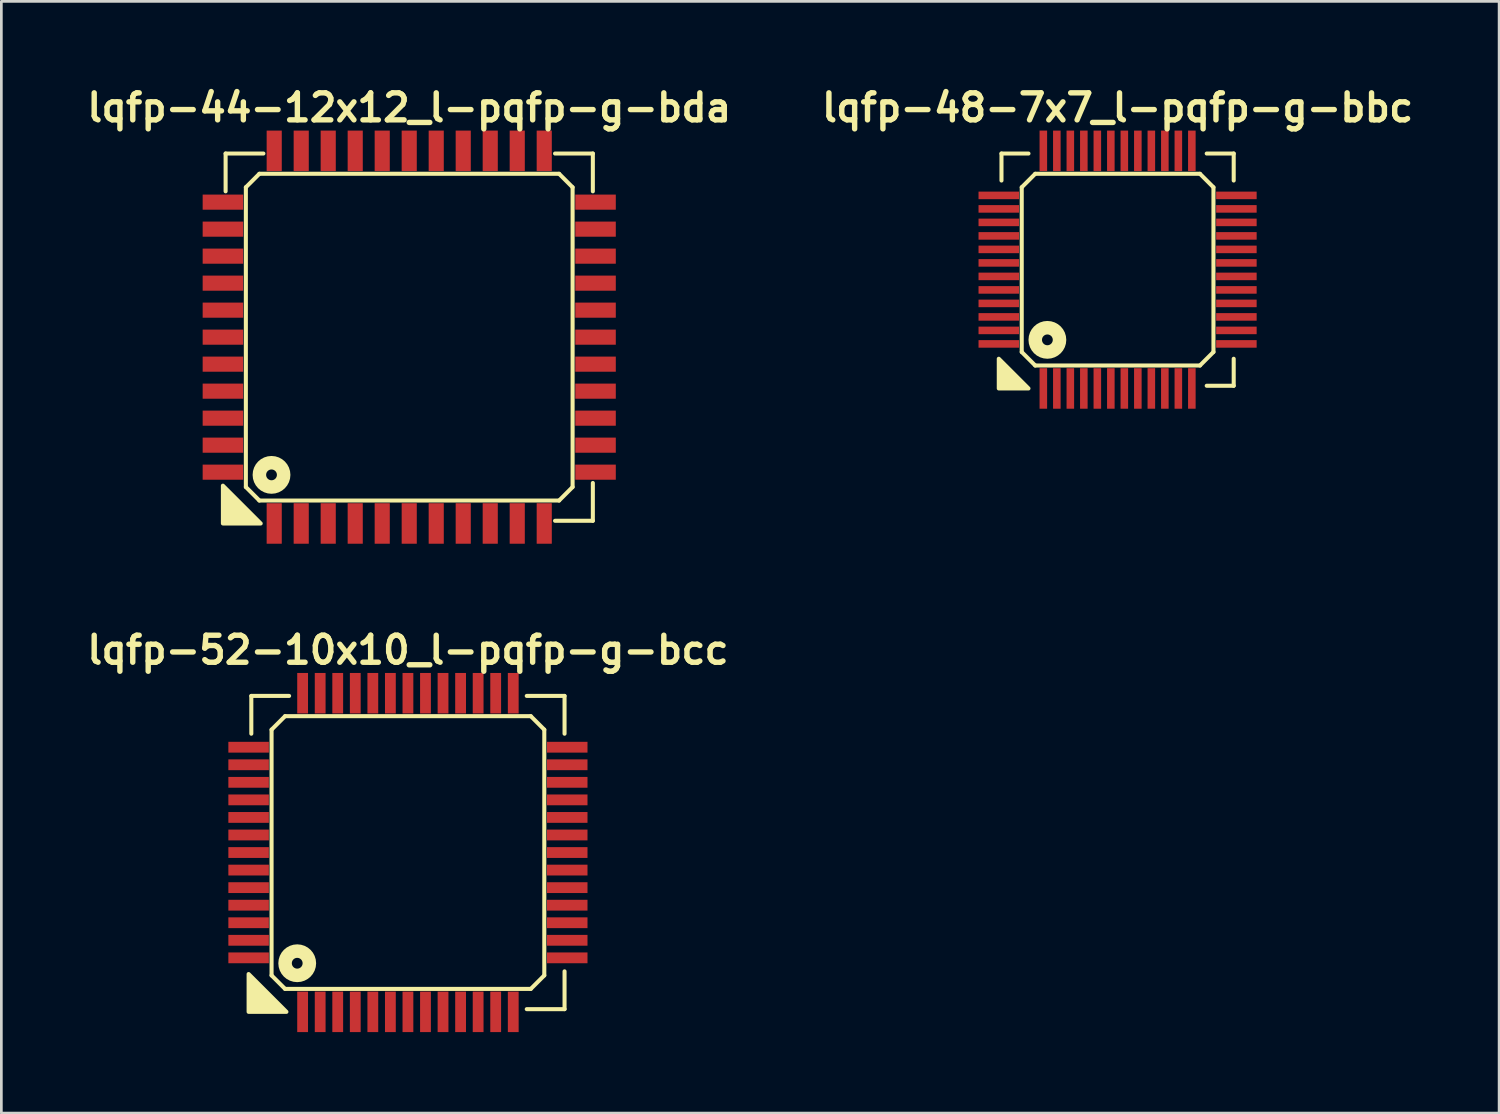
<source format=kicad_pcb>
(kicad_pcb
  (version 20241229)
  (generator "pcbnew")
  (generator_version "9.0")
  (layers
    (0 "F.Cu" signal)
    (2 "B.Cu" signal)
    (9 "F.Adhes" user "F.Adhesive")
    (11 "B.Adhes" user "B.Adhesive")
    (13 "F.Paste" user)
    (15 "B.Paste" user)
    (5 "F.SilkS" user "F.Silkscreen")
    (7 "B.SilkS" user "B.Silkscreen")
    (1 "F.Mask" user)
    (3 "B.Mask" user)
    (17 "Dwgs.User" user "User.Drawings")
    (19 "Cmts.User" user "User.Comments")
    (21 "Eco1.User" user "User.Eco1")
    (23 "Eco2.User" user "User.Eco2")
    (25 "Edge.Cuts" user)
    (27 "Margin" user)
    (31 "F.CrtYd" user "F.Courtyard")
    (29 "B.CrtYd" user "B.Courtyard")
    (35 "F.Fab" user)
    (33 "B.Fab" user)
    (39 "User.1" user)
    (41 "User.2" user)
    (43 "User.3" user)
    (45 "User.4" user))
  (footprint "lqfp-48-7x7_l-pqfp-g-bbc"
    (layer "F.Cu")
    (at 38.338 6.936)
    (property "Reference" "lqfp-48-7x7_l-pqfp-g-bbc" (at 0 -6 0) (layer "F.SilkS") (effects (font (size 1 1) (thickness 0.2))))
    (attr smd)
    (fp_line (start -4.3 -4.3) (end -3.3 -4.3) (stroke (width 0.15) (type solid)) (layer "F.SilkS"))
    (fp_line (start -4.3 -3.3) (end -4.3 -4.3) (stroke (width 0.15) (type solid)) (layer "F.SilkS"))
    (fp_line (start -3.55 -3.05) (end -3.05 -3.55) (stroke (width 0.15) (type solid)) (layer "F.SilkS"))
    (fp_line (start -3.55 3.05) (end -3.55 -3.05) (stroke (width 0.15) (type solid)) (layer "F.SilkS"))
    (fp_line (start -3.05 -3.55) (end 3.05 -3.55) (stroke (width 0.15) (type solid)) (layer "F.SilkS"))
    (fp_line (start -3.05 3.55) (end -3.55 3.05) (stroke (width 0.15) (type solid)) (layer "F.SilkS"))
    (fp_line (start 3.05 -3.55) (end 3.55 -3.05) (stroke (width 0.15) (type solid)) (layer "F.SilkS"))
    (fp_line (start 3.05 3.55) (end -3.05 3.55) (stroke (width 0.15) (type solid)) (layer "F.SilkS"))
    (fp_line (start 3.3 -4.3) (end 4.3 -4.3) (stroke (width 0.15) (type solid)) (layer "F.SilkS"))
    (fp_line (start 3.55 -3.05) (end 3.55 3.05) (stroke (width 0.15) (type solid)) (layer "F.SilkS"))
    (fp_line (start 3.55 3.05) (end 3.05 3.55) (stroke (width 0.15) (type solid)) (layer "F.SilkS"))
    (fp_line (start 4.3 -4.3) (end 4.3 -3.3) (stroke (width 0.15) (type solid)) (layer "F.SilkS"))
    (fp_line (start 4.3 3.3) (end 4.3 4.3) (stroke (width 0.15) (type solid)) (layer "F.SilkS"))
    (fp_line (start 4.3 4.3) (end 3.3 4.3) (stroke (width 0.15) (type solid)) (layer "F.SilkS"))
    (fp_circle (center -2.6 2.6) (end -2.4 2.6) (stroke (width 0.5) (type solid)) (fill no) (layer "F.SilkS"))
    (fp_poly (pts (xy -3.3 4.4) (xy -4.4 4.4) (xy -4.4 3.3)) (stroke (width 0.15) (type solid)) (fill yes) (layer "F.SilkS"))
    (pad "1" smd rect (at -2.75 4.4) (size 0.28 1.5) (layers "F.Cu" "F.Mask" "F.Paste"))
    (pad "2" smd rect (at -2.25 4.4) (size 0.28 1.5) (layers "F.Cu" "F.Mask" "F.Paste"))
    (pad "3" smd rect (at -1.75 4.4) (size 0.28 1.5) (layers "F.Cu" "F.Mask" "F.Paste"))
    (pad "4" smd rect (at -1.25 4.4) (size 0.28 1.5) (layers "F.Cu" "F.Mask" "F.Paste"))
    (pad "5" smd rect (at -0.75 4.4) (size 0.28 1.5) (layers "F.Cu" "F.Mask" "F.Paste"))
    (pad "6" smd rect (at -0.25 4.4) (size 0.28 1.5) (layers "F.Cu" "F.Mask" "F.Paste"))
    (pad "7" smd rect (at 0.25 4.4) (size 0.28 1.5) (layers "F.Cu" "F.Mask" "F.Paste"))
    (pad "8" smd rect (at 0.75 4.4) (size 0.28 1.5) (layers "F.Cu" "F.Mask" "F.Paste"))
    (pad "9" smd rect (at 1.25 4.4) (size 0.28 1.5) (layers "F.Cu" "F.Mask" "F.Paste"))
    (pad "10" smd rect (at 1.75 4.4) (size 0.28 1.5) (layers "F.Cu" "F.Mask" "F.Paste"))
    (pad "11" smd rect (at 2.25 4.4) (size 0.28 1.5) (layers "F.Cu" "F.Mask" "F.Paste"))
    (pad "12" smd rect (at 2.75 4.4) (size 0.28 1.5) (layers "F.Cu" "F.Mask" "F.Paste"))
    (pad "13" smd rect (at 4.4 2.75) (size 1.5 0.28) (layers "F.Cu" "F.Mask" "F.Paste"))
    (pad "14" smd rect (at 4.4 2.25) (size 1.5 0.28) (layers "F.Cu" "F.Mask" "F.Paste"))
    (pad "15" smd rect (at 4.4 1.75) (size 1.5 0.28) (layers "F.Cu" "F.Mask" "F.Paste"))
    (pad "16" smd rect (at 4.4 1.25) (size 1.5 0.28) (layers "F.Cu" "F.Mask" "F.Paste"))
    (pad "17" smd rect (at 4.4 0.75) (size 1.5 0.28) (layers "F.Cu" "F.Mask" "F.Paste"))
    (pad "18" smd rect (at 4.4 0.25) (size 1.5 0.28) (layers "F.Cu" "F.Mask" "F.Paste"))
    (pad "19" smd rect (at 4.4 -0.25) (size 1.5 0.28) (layers "F.Cu" "F.Mask" "F.Paste"))
    (pad "20" smd rect (at 4.4 -0.75) (size 1.5 0.28) (layers "F.Cu" "F.Mask" "F.Paste"))
    (pad "21" smd rect (at 4.4 -1.25) (size 1.5 0.28) (layers "F.Cu" "F.Mask" "F.Paste"))
    (pad "22" smd rect (at 4.4 -1.75) (size 1.5 0.28) (layers "F.Cu" "F.Mask" "F.Paste"))
    (pad "23" smd rect (at 4.4 -2.25) (size 1.5 0.28) (layers "F.Cu" "F.Mask" "F.Paste"))
    (pad "24" smd rect (at 4.4 -2.75) (size 1.5 0.28) (layers "F.Cu" "F.Mask" "F.Paste"))
    (pad "25" smd rect (at 2.75 -4.4) (size 0.28 1.5) (layers "F.Cu" "F.Mask" "F.Paste"))
    (pad "26" smd rect (at 2.25 -4.4) (size 0.28 1.5) (layers "F.Cu" "F.Mask" "F.Paste"))
    (pad "27" smd rect (at 1.75 -4.4) (size 0.28 1.5) (layers "F.Cu" "F.Mask" "F.Paste"))
    (pad "28" smd rect (at 1.25 -4.4) (size 0.28 1.5) (layers "F.Cu" "F.Mask" "F.Paste"))
    (pad "29" smd rect (at 0.75 -4.4) (size 0.28 1.5) (layers "F.Cu" "F.Mask" "F.Paste"))
    (pad "30" smd rect (at 0.25 -4.4) (size 0.28 1.5) (layers "F.Cu" "F.Mask" "F.Paste"))
    (pad "31" smd rect (at -0.25 -4.4) (size 0.28 1.5) (layers "F.Cu" "F.Mask" "F.Paste"))
    (pad "32" smd rect (at -0.75 -4.4) (size 0.28 1.5) (layers "F.Cu" "F.Mask" "F.Paste"))
    (pad "33" smd rect (at -1.25 -4.4) (size 0.28 1.5) (layers "F.Cu" "F.Mask" "F.Paste"))
    (pad "34" smd rect (at -1.75 -4.4) (size 0.28 1.5) (layers "F.Cu" "F.Mask" "F.Paste"))
    (pad "35" smd rect (at -2.25 -4.4) (size 0.28 1.5) (layers "F.Cu" "F.Mask" "F.Paste"))
    (pad "36" smd rect (at -2.75 -4.4) (size 0.28 1.5) (layers "F.Cu" "F.Mask" "F.Paste"))
    (pad "37" smd rect (at -4.4 -2.75) (size 1.5 0.28) (layers "F.Cu" "F.Mask" "F.Paste"))
    (pad "38" smd rect (at -4.4 -2.25) (size 1.5 0.28) (layers "F.Cu" "F.Mask" "F.Paste"))
    (pad "39" smd rect (at -4.4 -1.75) (size 1.5 0.28) (layers "F.Cu" "F.Mask" "F.Paste"))
    (pad "40" smd rect (at -4.4 -1.25) (size 1.5 0.28) (layers "F.Cu" "F.Mask" "F.Paste"))
    (pad "41" smd rect (at -4.4 -0.75) (size 1.5 0.28) (layers "F.Cu" "F.Mask" "F.Paste"))
    (pad "42" smd rect (at -4.4 -0.25) (size 1.5 0.28) (layers "F.Cu" "F.Mask" "F.Paste"))
    (pad "43" smd rect (at -4.4 0.25) (size 1.5 0.28) (layers "F.Cu" "F.Mask" "F.Paste"))
    (pad "44" smd rect (at -4.4 0.75) (size 1.5 0.28) (layers "F.Cu" "F.Mask" "F.Paste"))
    (pad "45" smd rect (at -4.4 1.25) (size 1.5 0.28) (layers "F.Cu" "F.Mask" "F.Paste"))
    (pad "46" smd rect (at -4.4 1.75) (size 1.5 0.28) (layers "F.Cu" "F.Mask" "F.Paste"))
    (pad "47" smd rect (at -4.4 2.25) (size 1.5 0.28) (layers "F.Cu" "F.Mask" "F.Paste"))
    (pad "48" smd rect (at -4.4 2.75) (size 1.5 0.28) (layers "F.Cu" "F.Mask" "F.Paste")))
  (footprint "lqfp-44-12x12_l-pqfp-g-bda"
    (layer "F.Cu")
    (at 12.105 9.436)
    (property "Reference" "lqfp-44-12x12_l-pqfp-g-bda" (at 0 -8.5 0) (layer "F.SilkS") (effects (font (size 1 1) (thickness 0.2))))
    (attr smd)
    (fp_line (start -6.8 -6.8) (end -5.4 -6.8) (stroke (width 0.15) (type solid)) (layer "F.SilkS"))
    (fp_line (start -6.8 -5.4) (end -6.8 -6.8) (stroke (width 0.15) (type solid)) (layer "F.SilkS"))
    (fp_line (start -6.05 -5.55) (end -5.55 -6.05) (stroke (width 0.15) (type solid)) (layer "F.SilkS"))
    (fp_line (start -6.05 5.55) (end -6.05 -5.55) (stroke (width 0.15) (type solid)) (layer "F.SilkS"))
    (fp_line (start -5.55 -6.05) (end 5.55 -6.05) (stroke (width 0.15) (type solid)) (layer "F.SilkS"))
    (fp_line (start -5.55 6.05) (end -6.05 5.55) (stroke (width 0.15) (type solid)) (layer "F.SilkS"))
    (fp_line (start 5.4 -6.8) (end 6.8 -6.8) (stroke (width 0.15) (type solid)) (layer "F.SilkS"))
    (fp_line (start 5.55 -6.05) (end 6.05 -5.55) (stroke (width 0.15) (type solid)) (layer "F.SilkS"))
    (fp_line (start 5.55 6.05) (end -5.55 6.05) (stroke (width 0.15) (type solid)) (layer "F.SilkS"))
    (fp_line (start 6.05 -5.55) (end 6.05 5.55) (stroke (width 0.15) (type solid)) (layer "F.SilkS"))
    (fp_line (start 6.05 5.55) (end 5.55 6.05) (stroke (width 0.15) (type solid)) (layer "F.SilkS"))
    (fp_line (start 6.8 -6.8) (end 6.8 -5.4) (stroke (width 0.15) (type solid)) (layer "F.SilkS"))
    (fp_line (start 6.8 5.4) (end 6.8 6.8) (stroke (width 0.15) (type solid)) (layer "F.SilkS"))
    (fp_line (start 6.8 6.8) (end 5.4 6.8) (stroke (width 0.15) (type solid)) (layer "F.SilkS"))
    (fp_circle (center -5.1 5.1) (end -4.9 5.1) (stroke (width 0.5) (type solid)) (fill no) (layer "F.SilkS"))
    (fp_poly (pts (xy -5.5 6.9) (xy -6.9 6.9) (xy -6.9 5.5)) (stroke (width 0.15) (type solid)) (fill yes) (layer "F.SilkS"))
    (pad "1" smd rect (at -5 6.9) (size 0.56 1.5) (layers "F.Cu" "F.Mask" "F.Paste"))
    (pad "2" smd rect (at -4 6.9) (size 0.56 1.5) (layers "F.Cu" "F.Mask" "F.Paste"))
    (pad "3" smd rect (at -3 6.9) (size 0.56 1.5) (layers "F.Cu" "F.Mask" "F.Paste"))
    (pad "4" smd rect (at -2 6.9) (size 0.56 1.5) (layers "F.Cu" "F.Mask" "F.Paste"))
    (pad "5" smd rect (at -1 6.9) (size 0.56 1.5) (layers "F.Cu" "F.Mask" "F.Paste"))
    (pad "6" smd rect (at 0 6.9) (size 0.56 1.5) (layers "F.Cu" "F.Mask" "F.Paste"))
    (pad "7" smd rect (at 1 6.9) (size 0.56 1.5) (layers "F.Cu" "F.Mask" "F.Paste"))
    (pad "8" smd rect (at 2 6.9) (size 0.56 1.5) (layers "F.Cu" "F.Mask" "F.Paste"))
    (pad "9" smd rect (at 3 6.9) (size 0.56 1.5) (layers "F.Cu" "F.Mask" "F.Paste"))
    (pad "10" smd rect (at 4 6.9) (size 0.56 1.5) (layers "F.Cu" "F.Mask" "F.Paste"))
    (pad "11" smd rect (at 5 6.9) (size 0.56 1.5) (layers "F.Cu" "F.Mask" "F.Paste"))
    (pad "12" smd rect (at 6.9 5) (size 1.5 0.56) (layers "F.Cu" "F.Mask" "F.Paste"))
    (pad "13" smd rect (at 6.9 4) (size 1.5 0.56) (layers "F.Cu" "F.Mask" "F.Paste"))
    (pad "14" smd rect (at 6.9 3) (size 1.5 0.56) (layers "F.Cu" "F.Mask" "F.Paste"))
    (pad "15" smd rect (at 6.9 2) (size 1.5 0.56) (layers "F.Cu" "F.Mask" "F.Paste"))
    (pad "16" smd rect (at 6.9 1) (size 1.5 0.56) (layers "F.Cu" "F.Mask" "F.Paste"))
    (pad "17" smd rect (at 6.9 0) (size 1.5 0.56) (layers "F.Cu" "F.Mask" "F.Paste"))
    (pad "18" smd rect (at 6.9 -1) (size 1.5 0.56) (layers "F.Cu" "F.Mask" "F.Paste"))
    (pad "19" smd rect (at 6.9 -2) (size 1.5 0.56) (layers "F.Cu" "F.Mask" "F.Paste"))
    (pad "20" smd rect (at 6.9 -3) (size 1.5 0.56) (layers "F.Cu" "F.Mask" "F.Paste"))
    (pad "21" smd rect (at 6.9 -4) (size 1.5 0.56) (layers "F.Cu" "F.Mask" "F.Paste"))
    (pad "22" smd rect (at 6.9 -5) (size 1.5 0.56) (layers "F.Cu" "F.Mask" "F.Paste"))
    (pad "23" smd rect (at 5 -6.9) (size 0.56 1.5) (layers "F.Cu" "F.Mask" "F.Paste"))
    (pad "24" smd rect (at 4 -6.9) (size 0.56 1.5) (layers "F.Cu" "F.Mask" "F.Paste"))
    (pad "25" smd rect (at 3 -6.9) (size 0.56 1.5) (layers "F.Cu" "F.Mask" "F.Paste"))
    (pad "26" smd rect (at 2 -6.9) (size 0.56 1.5) (layers "F.Cu" "F.Mask" "F.Paste"))
    (pad "27" smd rect (at 1 -6.9) (size 0.56 1.5) (layers "F.Cu" "F.Mask" "F.Paste"))
    (pad "28" smd rect (at 0 -6.9) (size 0.56 1.5) (layers "F.Cu" "F.Mask" "F.Paste"))
    (pad "29" smd rect (at -1 -6.9) (size 0.56 1.5) (layers "F.Cu" "F.Mask" "F.Paste"))
    (pad "30" smd rect (at -2 -6.9) (size 0.56 1.5) (layers "F.Cu" "F.Mask" "F.Paste"))
    (pad "31" smd rect (at -3 -6.9) (size 0.56 1.5) (layers "F.Cu" "F.Mask" "F.Paste"))
    (pad "32" smd rect (at -4 -6.9) (size 0.56 1.5) (layers "F.Cu" "F.Mask" "F.Paste"))
    (pad "33" smd rect (at -5 -6.9) (size 0.56 1.5) (layers "F.Cu" "F.Mask" "F.Paste"))
    (pad "34" smd rect (at -6.9 -5) (size 1.5 0.56) (layers "F.Cu" "F.Mask" "F.Paste"))
    (pad "35" smd rect (at -6.9 -4) (size 1.5 0.56) (layers "F.Cu" "F.Mask" "F.Paste"))
    (pad "36" smd rect (at -6.9 -3) (size 1.5 0.56) (layers "F.Cu" "F.Mask" "F.Paste"))
    (pad "37" smd rect (at -6.9 -2) (size 1.5 0.56) (layers "F.Cu" "F.Mask" "F.Paste"))
    (pad "38" smd rect (at -6.9 -1) (size 1.5 0.56) (layers "F.Cu" "F.Mask" "F.Paste"))
    (pad "39" smd rect (at -6.9 0) (size 1.5 0.56) (layers "F.Cu" "F.Mask" "F.Paste"))
    (pad "40" smd rect (at -6.9 1) (size 1.5 0.56) (layers "F.Cu" "F.Mask" "F.Paste"))
    (pad "41" smd rect (at -6.9 2) (size 1.5 0.56) (layers "F.Cu" "F.Mask" "F.Paste"))
    (pad "42" smd rect (at -6.9 3) (size 1.5 0.56) (layers "F.Cu" "F.Mask" "F.Paste"))
    (pad "43" smd rect (at -6.9 4) (size 1.5 0.56) (layers "F.Cu" "F.Mask" "F.Paste"))
    (pad "44" smd rect (at -6.9 5) (size 1.5 0.56) (layers "F.Cu" "F.Mask" "F.Paste")))
  (footprint "lqfp-52-10x10_l-pqfp-g-bcc"
    (layer "F.Cu")
    (at 12.057 28.522)
    (property "Reference" "lqfp-52-10x10_l-pqfp-g-bcc" (at 0 -7.5 0) (layer "F.SilkS") (effects (font (size 1 1) (thickness 0.2))))
    (attr smd)
    (fp_line (start -5.8 -5.8) (end -4.4 -5.8) (stroke (width 0.15) (type solid)) (layer "F.SilkS"))
    (fp_line (start -5.8 -4.4) (end -5.8 -5.8) (stroke (width 0.15) (type solid)) (layer "F.SilkS"))
    (fp_line (start -5.05 -4.55) (end -4.55 -5.05) (stroke (width 0.15) (type solid)) (layer "F.SilkS"))
    (fp_line (start -5.05 4.55) (end -5.05 -4.55) (stroke (width 0.15) (type solid)) (layer "F.SilkS"))
    (fp_line (start -4.55 -5.05) (end 4.55 -5.05) (stroke (width 0.15) (type solid)) (layer "F.SilkS"))
    (fp_line (start -4.55 5.05) (end -5.05 4.55) (stroke (width 0.15) (type solid)) (layer "F.SilkS"))
    (fp_line (start 4.4 -5.8) (end 5.8 -5.8) (stroke (width 0.15) (type solid)) (layer "F.SilkS"))
    (fp_line (start 4.55 -5.05) (end 5.05 -4.55) (stroke (width 0.15) (type solid)) (layer "F.SilkS"))
    (fp_line (start 4.55 5.05) (end -4.55 5.05) (stroke (width 0.15) (type solid)) (layer "F.SilkS"))
    (fp_line (start 5.05 -4.55) (end 5.05 4.55) (stroke (width 0.15) (type solid)) (layer "F.SilkS"))
    (fp_line (start 5.05 4.55) (end 4.55 5.05) (stroke (width 0.15) (type solid)) (layer "F.SilkS"))
    (fp_line (start 5.8 -5.8) (end 5.8 -4.4) (stroke (width 0.15) (type solid)) (layer "F.SilkS"))
    (fp_line (start 5.8 4.4) (end 5.8 5.8) (stroke (width 0.15) (type solid)) (layer "F.SilkS"))
    (fp_line (start 5.8 5.8) (end 4.4 5.8) (stroke (width 0.15) (type solid)) (layer "F.SilkS"))
    (fp_circle (center -4.1 4.1) (end -3.9 4.1) (stroke (width 0.5) (type solid)) (fill no) (layer "F.SilkS"))
    (fp_poly (pts (xy -4.5 5.9) (xy -5.9 5.9) (xy -5.9 4.5)) (stroke (width 0.15) (type solid)) (fill yes) (layer "F.SilkS"))
    (pad "1" smd rect (at -3.9 5.9) (size 0.4 1.5) (layers "F.Cu" "F.Mask" "F.Paste"))
    (pad "2" smd rect (at -3.25 5.9) (size 0.4 1.5) (layers "F.Cu" "F.Mask" "F.Paste"))
    (pad "3" smd rect (at -2.6 5.9) (size 0.4 1.5) (layers "F.Cu" "F.Mask" "F.Paste"))
    (pad "4" smd rect (at -1.95 5.9) (size 0.4 1.5) (layers "F.Cu" "F.Mask" "F.Paste"))
    (pad "5" smd rect (at -1.3 5.9) (size 0.4 1.5) (layers "F.Cu" "F.Mask" "F.Paste"))
    (pad "6" smd rect (at -0.65 5.9) (size 0.4 1.5) (layers "F.Cu" "F.Mask" "F.Paste"))
    (pad "7" smd rect (at 0 5.9) (size 0.4 1.5) (layers "F.Cu" "F.Mask" "F.Paste"))
    (pad "8" smd rect (at 0.65 5.9) (size 0.4 1.5) (layers "F.Cu" "F.Mask" "F.Paste"))
    (pad "9" smd rect (at 1.3 5.9) (size 0.4 1.5) (layers "F.Cu" "F.Mask" "F.Paste"))
    (pad "10" smd rect (at 1.95 5.9) (size 0.4 1.5) (layers "F.Cu" "F.Mask" "F.Paste"))
    (pad "11" smd rect (at 2.6 5.9) (size 0.4 1.5) (layers "F.Cu" "F.Mask" "F.Paste"))
    (pad "12" smd rect (at 3.25 5.9) (size 0.4 1.5) (layers "F.Cu" "F.Mask" "F.Paste"))
    (pad "13" smd rect (at 3.9 5.9) (size 0.4 1.5) (layers "F.Cu" "F.Mask" "F.Paste"))
    (pad "14" smd rect (at 5.9 3.9) (size 1.5 0.4) (layers "F.Cu" "F.Mask" "F.Paste"))
    (pad "15" smd rect (at 5.9 3.25) (size 1.5 0.4) (layers "F.Cu" "F.Mask" "F.Paste"))
    (pad "16" smd rect (at 5.9 2.6) (size 1.5 0.4) (layers "F.Cu" "F.Mask" "F.Paste"))
    (pad "17" smd rect (at 5.9 1.95) (size 1.5 0.4) (layers "F.Cu" "F.Mask" "F.Paste"))
    (pad "18" smd rect (at 5.9 1.3) (size 1.5 0.4) (layers "F.Cu" "F.Mask" "F.Paste"))
    (pad "19" smd rect (at 5.9 0.65) (size 1.5 0.4) (layers "F.Cu" "F.Mask" "F.Paste"))
    (pad "20" smd rect (at 5.9 0) (size 1.5 0.4) (layers "F.Cu" "F.Mask" "F.Paste"))
    (pad "21" smd rect (at 5.9 -0.65) (size 1.5 0.4) (layers "F.Cu" "F.Mask" "F.Paste"))
    (pad "22" smd rect (at 5.9 -1.3) (size 1.5 0.4) (layers "F.Cu" "F.Mask" "F.Paste"))
    (pad "23" smd rect (at 5.9 -1.95) (size 1.5 0.4) (layers "F.Cu" "F.Mask" "F.Paste"))
    (pad "24" smd rect (at 5.9 -2.6) (size 1.5 0.4) (layers "F.Cu" "F.Mask" "F.Paste"))
    (pad "25" smd rect (at 5.9 -3.25) (size 1.5 0.4) (layers "F.Cu" "F.Mask" "F.Paste"))
    (pad "26" smd rect (at 5.9 -3.9) (size 1.5 0.4) (layers "F.Cu" "F.Mask" "F.Paste"))
    (pad "27" smd rect (at 3.9 -5.9) (size 0.4 1.5) (layers "F.Cu" "F.Mask" "F.Paste"))
    (pad "28" smd rect (at 3.25 -5.9) (size 0.4 1.5) (layers "F.Cu" "F.Mask" "F.Paste"))
    (pad "29" smd rect (at 2.6 -5.9) (size 0.4 1.5) (layers "F.Cu" "F.Mask" "F.Paste"))
    (pad "30" smd rect (at 1.95 -5.9) (size 0.4 1.5) (layers "F.Cu" "F.Mask" "F.Paste"))
    (pad "31" smd rect (at 1.3 -5.9) (size 0.4 1.5) (layers "F.Cu" "F.Mask" "F.Paste"))
    (pad "32" smd rect (at 0.65 -5.9) (size 0.4 1.5) (layers "F.Cu" "F.Mask" "F.Paste"))
    (pad "33" smd rect (at 0 -5.9) (size 0.4 1.5) (layers "F.Cu" "F.Mask" "F.Paste"))
    (pad "34" smd rect (at -0.65 -5.9) (size 0.4 1.5) (layers "F.Cu" "F.Mask" "F.Paste"))
    (pad "35" smd rect (at -1.3 -5.9) (size 0.4 1.5) (layers "F.Cu" "F.Mask" "F.Paste"))
    (pad "36" smd rect (at -1.95 -5.9) (size 0.4 1.5) (layers "F.Cu" "F.Mask" "F.Paste"))
    (pad "37" smd rect (at -2.6 -5.9) (size 0.4 1.5) (layers "F.Cu" "F.Mask" "F.Paste"))
    (pad "38" smd rect (at -3.25 -5.9) (size 0.4 1.5) (layers "F.Cu" "F.Mask" "F.Paste"))
    (pad "39" smd rect (at -3.9 -5.9) (size 0.4 1.5) (layers "F.Cu" "F.Mask" "F.Paste"))
    (pad "40" smd rect (at -5.9 -3.9) (size 1.5 0.4) (layers "F.Cu" "F.Mask" "F.Paste"))
    (pad "41" smd rect (at -5.9 -3.25) (size 1.5 0.4) (layers "F.Cu" "F.Mask" "F.Paste"))
    (pad "42" smd rect (at -5.9 -2.6) (size 1.5 0.4) (layers "F.Cu" "F.Mask" "F.Paste"))
    (pad "43" smd rect (at -5.9 -1.95) (size 1.5 0.4) (layers "F.Cu" "F.Mask" "F.Paste"))
    (pad "44" smd rect (at -5.9 -1.3) (size 1.5 0.4) (layers "F.Cu" "F.Mask" "F.Paste"))
    (pad "45" smd rect (at -5.9 -0.65) (size 1.5 0.4) (layers "F.Cu" "F.Mask" "F.Paste"))
    (pad "46" smd rect (at -5.9 0) (size 1.5 0.4) (layers "F.Cu" "F.Mask" "F.Paste"))
    (pad "47" smd rect (at -5.9 0.65) (size 1.5 0.4) (layers "F.Cu" "F.Mask" "F.Paste"))
    (pad "48" smd rect (at -5.9 1.3) (size 1.5 0.4) (layers "F.Cu" "F.Mask" "F.Paste"))
    (pad "49" smd rect (at -5.9 1.95) (size 1.5 0.4) (layers "F.Cu" "F.Mask" "F.Paste"))
    (pad "50" smd rect (at -5.9 2.6) (size 1.5 0.4) (layers "F.Cu" "F.Mask" "F.Paste"))
    (pad "51" smd rect (at -5.9 3.25) (size 1.5 0.4) (layers "F.Cu" "F.Mask" "F.Paste"))
    (pad "52" smd rect (at -5.9 3.9) (size 1.5 0.4) (layers "F.Cu" "F.Mask" "F.Paste")))
  (gr_rect
    (start -3 -3)
    (end 52.467 38.172)
    (stroke (width 0.1) (type default))
    (fill no)
    (layer "Edge.Cuts")))
</source>
